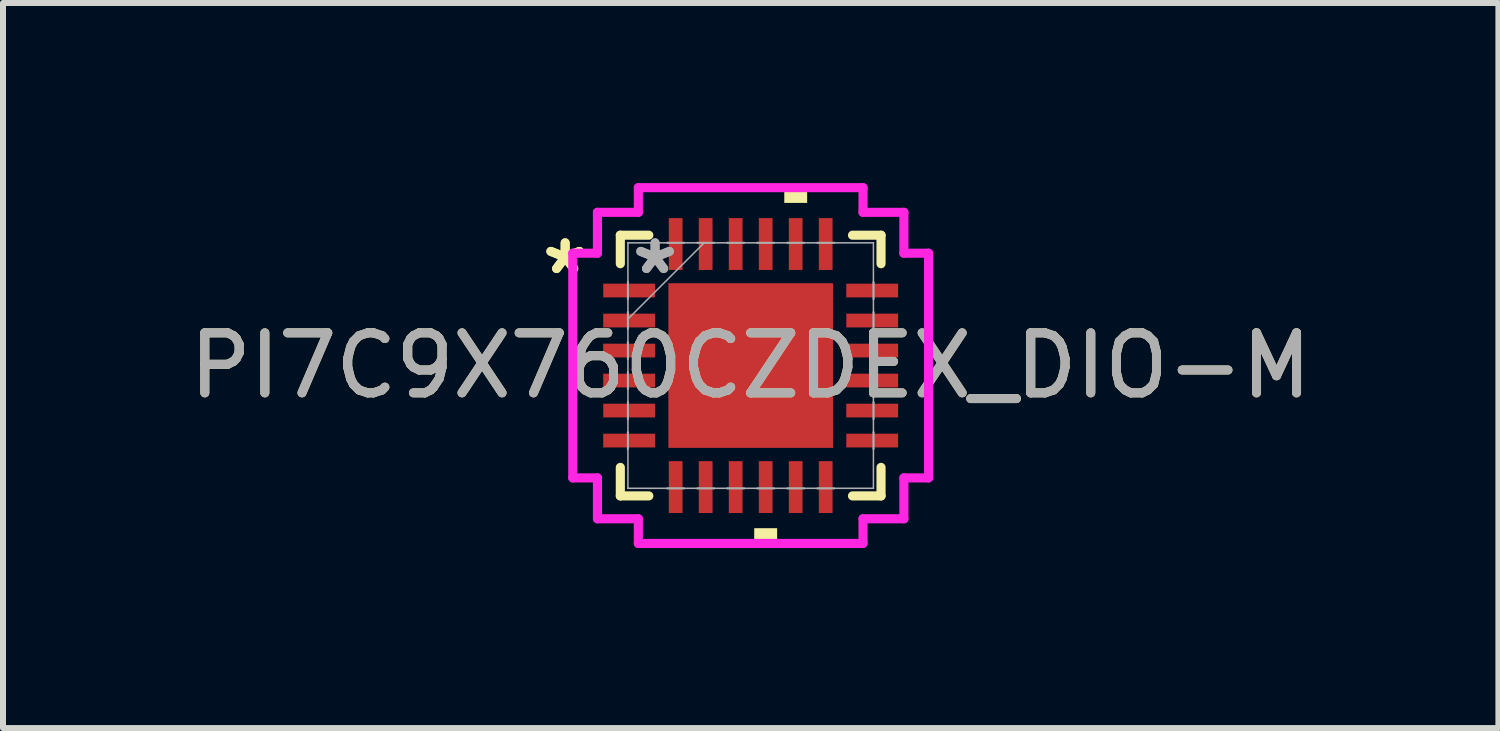
<source format=kicad_pcb>
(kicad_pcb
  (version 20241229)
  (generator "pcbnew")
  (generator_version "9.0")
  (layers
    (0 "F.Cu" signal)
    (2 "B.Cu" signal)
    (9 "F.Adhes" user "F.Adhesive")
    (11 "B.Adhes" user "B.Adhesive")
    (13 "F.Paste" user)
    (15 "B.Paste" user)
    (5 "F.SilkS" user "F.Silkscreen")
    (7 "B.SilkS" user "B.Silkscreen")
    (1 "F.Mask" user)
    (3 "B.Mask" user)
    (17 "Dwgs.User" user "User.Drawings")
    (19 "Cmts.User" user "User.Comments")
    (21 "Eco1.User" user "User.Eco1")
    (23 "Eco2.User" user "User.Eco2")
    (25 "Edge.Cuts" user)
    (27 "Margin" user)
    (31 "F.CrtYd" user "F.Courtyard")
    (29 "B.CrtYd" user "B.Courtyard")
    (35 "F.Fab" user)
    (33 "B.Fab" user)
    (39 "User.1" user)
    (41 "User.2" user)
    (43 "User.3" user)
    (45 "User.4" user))
  (footprint "PI7C9X760CZDEX_DIO-M"
    (layer "F.Cu")
    (at 9.458 3.041)
    (property "Reference" "PI7C9X760CZDEX_DIO-M" (at 0 0 0) (unlocked yes) (layer "F.SilkS") (effects (font (size 1 1) (thickness 0.15))))
    (attr smd)
    (fp_line (start -2.172 -2.172) (end -2.172 -1.697) (stroke (width 0.152) (type solid)) (layer "F.SilkS"))
    (fp_line (start -2.172 1.697) (end -2.172 2.172) (stroke (width 0.152) (type solid)) (layer "F.SilkS"))
    (fp_line (start -2.172 2.172) (end -1.697 2.172) (stroke (width 0.152) (type solid)) (layer "F.SilkS"))
    (fp_line (start -1.697 -2.172) (end -2.172 -2.172) (stroke (width 0.152) (type solid)) (layer "F.SilkS"))
    (fp_line (start 1.697 2.172) (end 2.172 2.172) (stroke (width 0.152) (type solid)) (layer "F.SilkS"))
    (fp_line (start 2.172 -2.172) (end 1.697 -2.172) (stroke (width 0.152) (type solid)) (layer "F.SilkS"))
    (fp_line (start 2.172 -1.697) (end 2.172 -2.172) (stroke (width 0.152) (type solid)) (layer "F.SilkS"))
    (fp_line (start 2.172 2.172) (end 2.172 1.697) (stroke (width 0.152) (type solid)) (layer "F.SilkS"))
    (fp_poly (pts (xy 0.059 2.71) (xy 0.059 2.964) (xy 0.441 2.964) (xy 0.441 2.71)) (stroke (width 0) (type solid)) (fill yes) (layer "F.SilkS"))
    (fp_poly (pts (xy 0.56 -2.71) (xy 0.56 -2.964) (xy 0.941 -2.964) (xy 0.941 -2.71)) (stroke (width 0) (type solid)) (fill yes) (layer "F.SilkS"))
    (fp_poly (pts (xy -1.272 -1.272) (xy -1.272 -0.1) (xy -0.1 -0.1) (xy -0.1 -1.272)) (stroke (width 0) (type solid)) (fill yes) (layer "F.Paste"))
    (fp_poly (pts (xy -1.272 0.1) (xy -1.272 1.272) (xy -0.1 1.272) (xy -0.1 0.1)) (stroke (width 0) (type solid)) (fill yes) (layer "F.Paste"))
    (fp_poly (pts (xy 0.1 -1.272) (xy 0.1 -0.1) (xy 1.272 -0.1) (xy 1.272 -1.272)) (stroke (width 0) (type solid)) (fill yes) (layer "F.Paste"))
    (fp_poly (pts (xy 0.1 0.1) (xy 0.1 1.272) (xy 1.272 1.272) (xy 1.272 0.1)) (stroke (width 0) (type solid)) (fill yes) (layer "F.Paste"))
    (fp_line (start -2.964 -1.872) (end -2.553 -1.872) (stroke (width 0.152) (type solid)) (layer "F.CrtYd"))
    (fp_line (start -2.964 1.872) (end -2.964 -1.872) (stroke (width 0.152) (type solid)) (layer "F.CrtYd"))
    (fp_line (start -2.553 -2.553) (end -1.872 -2.553) (stroke (width 0.152) (type solid)) (layer "F.CrtYd"))
    (fp_line (start -2.553 -1.872) (end -2.553 -2.553) (stroke (width 0.152) (type solid)) (layer "F.CrtYd"))
    (fp_line (start -2.553 1.872) (end -2.964 1.872) (stroke (width 0.152) (type solid)) (layer "F.CrtYd"))
    (fp_line (start -2.553 2.553) (end -2.553 1.872) (stroke (width 0.152) (type solid)) (layer "F.CrtYd"))
    (fp_line (start -1.872 -2.964) (end 1.872 -2.964) (stroke (width 0.152) (type solid)) (layer "F.CrtYd"))
    (fp_line (start -1.872 -2.553) (end -1.872 -2.964) (stroke (width 0.152) (type solid)) (layer "F.CrtYd"))
    (fp_line (start -1.872 2.553) (end -2.553 2.553) (stroke (width 0.152) (type solid)) (layer "F.CrtYd"))
    (fp_line (start -1.872 2.964) (end -1.872 2.553) (stroke (width 0.152) (type solid)) (layer "F.CrtYd"))
    (fp_line (start 1.872 -2.964) (end 1.872 -2.553) (stroke (width 0.152) (type solid)) (layer "F.CrtYd"))
    (fp_line (start 1.872 -2.553) (end 2.553 -2.553) (stroke (width 0.152) (type solid)) (layer "F.CrtYd"))
    (fp_line (start 1.872 2.553) (end 1.872 2.964) (stroke (width 0.152) (type solid)) (layer "F.CrtYd"))
    (fp_line (start 1.872 2.964) (end -1.872 2.964) (stroke (width 0.152) (type solid)) (layer "F.CrtYd"))
    (fp_line (start 2.553 -2.553) (end 2.553 -1.872) (stroke (width 0.152) (type solid)) (layer "F.CrtYd"))
    (fp_line (start 2.553 -1.872) (end 2.964 -1.872) (stroke (width 0.152) (type solid)) (layer "F.CrtYd"))
    (fp_line (start 2.553 1.872) (end 2.553 2.553) (stroke (width 0.152) (type solid)) (layer "F.CrtYd"))
    (fp_line (start 2.553 2.553) (end 1.872 2.553) (stroke (width 0.152) (type solid)) (layer "F.CrtYd"))
    (fp_line (start 2.964 -1.872) (end 2.964 1.872) (stroke (width 0.152) (type solid)) (layer "F.CrtYd"))
    (fp_line (start 2.964 1.872) (end 2.553 1.872) (stroke (width 0.152) (type solid)) (layer "F.CrtYd"))
    (fp_line (start -2.05 -1.39) (end -2.05 -1.11) (stroke (width 0.025) (type solid)) (layer "F.Fab"))
    (fp_line (start -2.05 -1.11) (end -2.045 -1.11) (stroke (width 0.025) (type solid)) (layer "F.Fab"))
    (fp_line (start -2.05 -0.89) (end -2.05 -0.61) (stroke (width 0.025) (type solid)) (layer "F.Fab"))
    (fp_line (start -2.05 -0.61) (end -2.045 -0.61) (stroke (width 0.025) (type solid)) (layer "F.Fab"))
    (fp_line (start -2.05 -0.39) (end -2.05 -0.11) (stroke (width 0.025) (type solid)) (layer "F.Fab"))
    (fp_line (start -2.05 -0.11) (end -2.045 -0.11) (stroke (width 0.025) (type solid)) (layer "F.Fab"))
    (fp_line (start -2.05 0.11) (end -2.05 0.39) (stroke (width 0.025) (type solid)) (layer "F.Fab"))
    (fp_line (start -2.05 0.39) (end -2.045 0.39) (stroke (width 0.025) (type solid)) (layer "F.Fab"))
    (fp_line (start -2.05 0.61) (end -2.05 0.89) (stroke (width 0.025) (type solid)) (layer "F.Fab"))
    (fp_line (start -2.05 0.89) (end -2.045 0.89) (stroke (width 0.025) (type solid)) (layer "F.Fab"))
    (fp_line (start -2.05 1.11) (end -2.05 1.39) (stroke (width 0.025) (type solid)) (layer "F.Fab"))
    (fp_line (start -2.05 1.39) (end -2.045 1.39) (stroke (width 0.025) (type solid)) (layer "F.Fab"))
    (fp_line (start -2.045 -2.045) (end -2.045 -2.045) (stroke (width 0.025) (type solid)) (layer "F.Fab"))
    (fp_line (start -2.045 -2.045) (end -2.045 2.045) (stroke (width 0.025) (type solid)) (layer "F.Fab"))
    (fp_line (start -2.045 -1.39) (end -2.05 -1.39) (stroke (width 0.025) (type solid)) (layer "F.Fab"))
    (fp_line (start -2.045 -1.11) (end -2.045 -1.39) (stroke (width 0.025) (type solid)) (layer "F.Fab"))
    (fp_line (start -2.045 -0.89) (end -2.05 -0.89) (stroke (width 0.025) (type solid)) (layer "F.Fab"))
    (fp_line (start -2.045 -0.775) (end -0.775 -2.045) (stroke (width 0.025) (type solid)) (layer "F.Fab"))
    (fp_line (start -2.045 -0.61) (end -2.045 -0.89) (stroke (width 0.025) (type solid)) (layer "F.Fab"))
    (fp_line (start -2.045 -0.39) (end -2.05 -0.39) (stroke (width 0.025) (type solid)) (layer "F.Fab"))
    (fp_line (start -2.045 -0.11) (end -2.045 -0.39) (stroke (width 0.025) (type solid)) (layer "F.Fab"))
    (fp_line (start -2.045 0.11) (end -2.05 0.11) (stroke (width 0.025) (type solid)) (layer "F.Fab"))
    (fp_line (start -2.045 0.39) (end -2.045 0.11) (stroke (width 0.025) (type solid)) (layer "F.Fab"))
    (fp_line (start -2.045 0.61) (end -2.05 0.61) (stroke (width 0.025) (type solid)) (layer "F.Fab"))
    (fp_line (start -2.045 0.89) (end -2.045 0.61) (stroke (width 0.025) (type solid)) (layer "F.Fab"))
    (fp_line (start -2.045 1.11) (end -2.05 1.11) (stroke (width 0.025) (type solid)) (layer "F.Fab"))
    (fp_line (start -2.045 1.39) (end -2.045 1.11) (stroke (width 0.025) (type solid)) (layer "F.Fab"))
    (fp_line (start -2.045 2.045) (end -2.045 2.045) (stroke (width 0.025) (type solid)) (layer "F.Fab"))
    (fp_line (start -2.045 2.045) (end 2.045 2.045) (stroke (width 0.025) (type solid)) (layer "F.Fab"))
    (fp_line (start -1.39 -2.05) (end -1.39 -2.045) (stroke (width 0.025) (type solid)) (layer "F.Fab"))
    (fp_line (start -1.39 -2.045) (end -1.11 -2.045) (stroke (width 0.025) (type solid)) (layer "F.Fab"))
    (fp_line (start -1.39 2.045) (end -1.39 2.05) (stroke (width 0.025) (type solid)) (layer "F.Fab"))
    (fp_line (start -1.39 2.05) (end -1.11 2.05) (stroke (width 0.025) (type solid)) (layer "F.Fab"))
    (fp_line (start -1.11 -2.05) (end -1.39 -2.05) (stroke (width 0.025) (type solid)) (layer "F.Fab"))
    (fp_line (start -1.11 -2.045) (end -1.11 -2.05) (stroke (width 0.025) (type solid)) (layer "F.Fab"))
    (fp_line (start -1.11 2.045) (end -1.39 2.045) (stroke (width 0.025) (type solid)) (layer "F.Fab"))
    (fp_line (start -1.11 2.05) (end -1.11 2.045) (stroke (width 0.025) (type solid)) (layer "F.Fab"))
    (fp_line (start -0.89 -2.05) (end -0.89 -2.045) (stroke (width 0.025) (type solid)) (layer "F.Fab"))
    (fp_line (start -0.89 -2.045) (end -0.61 -2.045) (stroke (width 0.025) (type solid)) (layer "F.Fab"))
    (fp_line (start -0.89 2.045) (end -0.89 2.05) (stroke (width 0.025) (type solid)) (layer "F.Fab"))
    (fp_line (start -0.89 2.05) (end -0.61 2.05) (stroke (width 0.025) (type solid)) (layer "F.Fab"))
    (fp_line (start -0.61 -2.05) (end -0.89 -2.05) (stroke (width 0.025) (type solid)) (layer "F.Fab"))
    (fp_line (start -0.61 -2.045) (end -0.61 -2.05) (stroke (width 0.025) (type solid)) (layer "F.Fab"))
    (fp_line (start -0.61 2.045) (end -0.89 2.045) (stroke (width 0.025) (type solid)) (layer "F.Fab"))
    (fp_line (start -0.61 2.05) (end -0.61 2.045) (stroke (width 0.025) (type solid)) (layer "F.Fab"))
    (fp_line (start -0.39 -2.05) (end -0.39 -2.045) (stroke (width 0.025) (type solid)) (layer "F.Fab"))
    (fp_line (start -0.39 -2.045) (end -0.11 -2.045) (stroke (width 0.025) (type solid)) (layer "F.Fab"))
    (fp_line (start -0.39 2.045) (end -0.39 2.05) (stroke (width 0.025) (type solid)) (layer "F.Fab"))
    (fp_line (start -0.39 2.05) (end -0.11 2.05) (stroke (width 0.025) (type solid)) (layer "F.Fab"))
    (fp_line (start -0.11 -2.05) (end -0.39 -2.05) (stroke (width 0.025) (type solid)) (layer "F.Fab"))
    (fp_line (start -0.11 -2.045) (end -0.11 -2.05) (stroke (width 0.025) (type solid)) (layer "F.Fab"))
    (fp_line (start -0.11 2.045) (end -0.39 2.045) (stroke (width 0.025) (type solid)) (layer "F.Fab"))
    (fp_line (start -0.11 2.05) (end -0.11 2.045) (stroke (width 0.025) (type solid)) (layer "F.Fab"))
    (fp_line (start 0.11 -2.05) (end 0.11 -2.045) (stroke (width 0.025) (type solid)) (layer "F.Fab"))
    (fp_line (start 0.11 -2.045) (end 0.39 -2.045) (stroke (width 0.025) (type solid)) (layer "F.Fab"))
    (fp_line (start 0.11 2.045) (end 0.11 2.05) (stroke (width 0.025) (type solid)) (layer "F.Fab"))
    (fp_line (start 0.11 2.05) (end 0.39 2.05) (stroke (width 0.025) (type solid)) (layer "F.Fab"))
    (fp_line (start 0.39 -2.05) (end 0.11 -2.05) (stroke (width 0.025) (type solid)) (layer "F.Fab"))
    (fp_line (start 0.39 -2.045) (end 0.39 -2.05) (stroke (width 0.025) (type solid)) (layer "F.Fab"))
    (fp_line (start 0.39 2.045) (end 0.11 2.045) (stroke (width 0.025) (type solid)) (layer "F.Fab"))
    (fp_line (start 0.39 2.05) (end 0.39 2.045) (stroke (width 0.025) (type solid)) (layer "F.Fab"))
    (fp_line (start 0.61 -2.05) (end 0.61 -2.045) (stroke (width 0.025) (type solid)) (layer "F.Fab"))
    (fp_line (start 0.61 -2.045) (end 0.89 -2.045) (stroke (width 0.025) (type solid)) (layer "F.Fab"))
    (fp_line (start 0.61 2.045) (end 0.61 2.05) (stroke (width 0.025) (type solid)) (layer "F.Fab"))
    (fp_line (start 0.61 2.05) (end 0.89 2.05) (stroke (width 0.025) (type solid)) (layer "F.Fab"))
    (fp_line (start 0.89 -2.05) (end 0.61 -2.05) (stroke (width 0.025) (type solid)) (layer "F.Fab"))
    (fp_line (start 0.89 -2.045) (end 0.89 -2.05) (stroke (width 0.025) (type solid)) (layer "F.Fab"))
    (fp_line (start 0.89 2.045) (end 0.61 2.045) (stroke (width 0.025) (type solid)) (layer "F.Fab"))
    (fp_line (start 0.89 2.05) (end 0.89 2.045) (stroke (width 0.025) (type solid)) (layer "F.Fab"))
    (fp_line (start 1.11 -2.05) (end 1.11 -2.045) (stroke (width 0.025) (type solid)) (layer "F.Fab"))
    (fp_line (start 1.11 -2.045) (end 1.39 -2.045) (stroke (width 0.025) (type solid)) (layer "F.Fab"))
    (fp_line (start 1.11 2.045) (end 1.11 2.05) (stroke (width 0.025) (type solid)) (layer "F.Fab"))
    (fp_line (start 1.11 2.05) (end 1.39 2.05) (stroke (width 0.025) (type solid)) (layer "F.Fab"))
    (fp_line (start 1.39 -2.05) (end 1.11 -2.05) (stroke (width 0.025) (type solid)) (layer "F.Fab"))
    (fp_line (start 1.39 -2.045) (end 1.39 -2.05) (stroke (width 0.025) (type solid)) (layer "F.Fab"))
    (fp_line (start 1.39 2.045) (end 1.11 2.045) (stroke (width 0.025) (type solid)) (layer "F.Fab"))
    (fp_line (start 1.39 2.05) (end 1.39 2.045) (stroke (width 0.025) (type solid)) (layer "F.Fab"))
    (fp_line (start 2.045 -2.045) (end -2.045 -2.045) (stroke (width 0.025) (type solid)) (layer "F.Fab"))
    (fp_line (start 2.045 -2.045) (end 2.045 -2.045) (stroke (width 0.025) (type solid)) (layer "F.Fab"))
    (fp_line (start 2.045 -1.39) (end 2.045 -1.11) (stroke (width 0.025) (type solid)) (layer "F.Fab"))
    (fp_line (start 2.045 -1.11) (end 2.05 -1.11) (stroke (width 0.025) (type solid)) (layer "F.Fab"))
    (fp_line (start 2.045 -0.89) (end 2.045 -0.61) (stroke (width 0.025) (type solid)) (layer "F.Fab"))
    (fp_line (start 2.045 -0.61) (end 2.05 -0.61) (stroke (width 0.025) (type solid)) (layer "F.Fab"))
    (fp_line (start 2.045 -0.39) (end 2.045 -0.11) (stroke (width 0.025) (type solid)) (layer "F.Fab"))
    (fp_line (start 2.045 -0.11) (end 2.05 -0.11) (stroke (width 0.025) (type solid)) (layer "F.Fab"))
    (fp_line (start 2.045 0.11) (end 2.045 0.39) (stroke (width 0.025) (type solid)) (layer "F.Fab"))
    (fp_line (start 2.045 0.39) (end 2.05 0.39) (stroke (width 0.025) (type solid)) (layer "F.Fab"))
    (fp_line (start 2.045 0.61) (end 2.045 0.89) (stroke (width 0.025) (type solid)) (layer "F.Fab"))
    (fp_line (start 2.045 0.89) (end 2.05 0.89) (stroke (width 0.025) (type solid)) (layer "F.Fab"))
    (fp_line (start 2.045 1.11) (end 2.045 1.39) (stroke (width 0.025) (type solid)) (layer "F.Fab"))
    (fp_line (start 2.045 1.39) (end 2.05 1.39) (stroke (width 0.025) (type solid)) (layer "F.Fab"))
    (fp_line (start 2.045 2.045) (end 2.045 -2.045) (stroke (width 0.025) (type solid)) (layer "F.Fab"))
    (fp_line (start 2.045 2.045) (end 2.045 2.045) (stroke (width 0.025) (type solid)) (layer "F.Fab"))
    (fp_line (start 2.05 -1.39) (end 2.045 -1.39) (stroke (width 0.025) (type solid)) (layer "F.Fab"))
    (fp_line (start 2.05 -1.11) (end 2.05 -1.39) (stroke (width 0.025) (type solid)) (layer "F.Fab"))
    (fp_line (start 2.05 -0.89) (end 2.045 -0.89) (stroke (width 0.025) (type solid)) (layer "F.Fab"))
    (fp_line (start 2.05 -0.61) (end 2.05 -0.89) (stroke (width 0.025) (type solid)) (layer "F.Fab"))
    (fp_line (start 2.05 -0.39) (end 2.045 -0.39) (stroke (width 0.025) (type solid)) (layer "F.Fab"))
    (fp_line (start 2.05 -0.11) (end 2.05 -0.39) (stroke (width 0.025) (type solid)) (layer "F.Fab"))
    (fp_line (start 2.05 0.11) (end 2.045 0.11) (stroke (width 0.025) (type solid)) (layer "F.Fab"))
    (fp_line (start 2.05 0.39) (end 2.05 0.11) (stroke (width 0.025) (type solid)) (layer "F.Fab"))
    (fp_line (start 2.05 0.61) (end 2.045 0.61) (stroke (width 0.025) (type solid)) (layer "F.Fab"))
    (fp_line (start 2.05 0.89) (end 2.05 0.61) (stroke (width 0.025) (type solid)) (layer "F.Fab"))
    (fp_line (start 2.05 1.11) (end 2.045 1.11) (stroke (width 0.025) (type solid)) (layer "F.Fab"))
    (fp_line (start 2.05 1.39) (end 2.05 1.11) (stroke (width 0.025) (type solid)) (layer "F.Fab"))
    (fp_text user "*" (at -3.091 -1.5 0) (layer "F.SilkS") (effects (font (size 1 1) (thickness 0.15))))
    (fp_text user "*" (at -3.091 -1.5 0) (unlocked yes) (layer "F.SilkS") (effects (font (size 1 1) (thickness 0.15))))
    (fp_text user "*" (at -1.593 -1.5 0) (layer "F.Fab") (effects (font (size 1 1) (thickness 0.15))))
    (fp_text user "*" (at -1.593 -1.5 0) (unlocked yes) (layer "F.Fab") (effects (font (size 1 1) (thickness 0.15))))
    (fp_text user "${REFERENCE}" (at 0 0 0) (unlocked yes) (layer "F.Fab") (effects (font (size 1 1) (thickness 0.15))))
    (pad "1" smd rect (at -2.025 -1.25 90) (size 0.229 0.864) (layers "F.Cu" "F.Mask" "F.Paste"))
    (pad "2" smd rect (at -2.025 -0.75 90) (size 0.229 0.864) (layers "F.Cu" "F.Mask" "F.Paste"))
    (pad "3" smd rect (at -2.025 -0.25 90) (size 0.229 0.864) (layers "F.Cu" "F.Mask" "F.Paste"))
    (pad "4" smd rect (at -2.025 0.25 90) (size 0.229 0.864) (layers "F.Cu" "F.Mask" "F.Paste"))
    (pad "5" smd rect (at -2.025 0.75 90) (size 0.229 0.864) (layers "F.Cu" "F.Mask" "F.Paste"))
    (pad "6" smd rect (at -2.025 1.25 90) (size 0.229 0.864) (layers "F.Cu" "F.Mask" "F.Paste"))
    (pad "7" smd rect (at -1.25 2.025) (size 0.229 0.864) (layers "F.Cu" "F.Mask" "F.Paste"))
    (pad "8" smd rect (at -0.75 2.025) (size 0.229 0.864) (layers "F.Cu" "F.Mask" "F.Paste"))
    (pad "9" smd rect (at -0.25 2.025) (size 0.229 0.864) (layers "F.Cu" "F.Mask" "F.Paste"))
    (pad "10" smd rect (at 0.25 2.025) (size 0.229 0.864) (layers "F.Cu" "F.Mask" "F.Paste"))
    (pad "11" smd rect (at 0.75 2.025) (size 0.229 0.864) (layers "F.Cu" "F.Mask" "F.Paste"))
    (pad "12" smd rect (at 1.25 2.025) (size 0.229 0.864) (layers "F.Cu" "F.Mask" "F.Paste"))
    (pad "13" smd rect (at 2.025 1.25 90) (size 0.229 0.864) (layers "F.Cu" "F.Mask" "F.Paste"))
    (pad "14" smd rect (at 2.025 0.75 90) (size 0.229 0.864) (layers "F.Cu" "F.Mask" "F.Paste"))
    (pad "15" smd rect (at 2.025 0.25 90) (size 0.229 0.864) (layers "F.Cu" "F.Mask" "F.Paste"))
    (pad "16" smd rect (at 2.025 -0.25 90) (size 0.229 0.864) (layers "F.Cu" "F.Mask" "F.Paste"))
    (pad "17" smd rect (at 2.025 -0.75 90) (size 0.229 0.864) (layers "F.Cu" "F.Mask" "F.Paste"))
    (pad "18" smd rect (at 2.025 -1.25 90) (size 0.229 0.864) (layers "F.Cu" "F.Mask" "F.Paste"))
    (pad "19" smd rect (at 1.25 -2.025) (size 0.229 0.864) (layers "F.Cu" "F.Mask" "F.Paste"))
    (pad "20" smd rect (at 0.75 -2.025) (size 0.229 0.864) (layers "F.Cu" "F.Mask" "F.Paste"))
    (pad "21" smd rect (at 0.25 -2.025) (size 0.229 0.864) (layers "F.Cu" "F.Mask" "F.Paste"))
    (pad "22" smd rect (at -0.25 -2.025) (size 0.229 0.864) (layers "F.Cu" "F.Mask" "F.Paste"))
    (pad "23" smd rect (at -0.75 -2.025) (size 0.229 0.864) (layers "F.Cu" "F.Mask" "F.Paste"))
    (pad "24" smd rect (at -1.25 -2.025) (size 0.229 0.864) (layers "F.Cu" "F.Mask" "F.Paste"))
    (pad "25" smd rect (at 0 0) (size 2.743 2.743) (layers "F.Cu" "F.Mask" "F.Paste")))
  (gr_rect
    (start -3 -3)
    (end 21.917 9.081)
    (stroke (width 0.1) (type default))
    (fill no)
    (layer "Edge.Cuts")))
</source>
